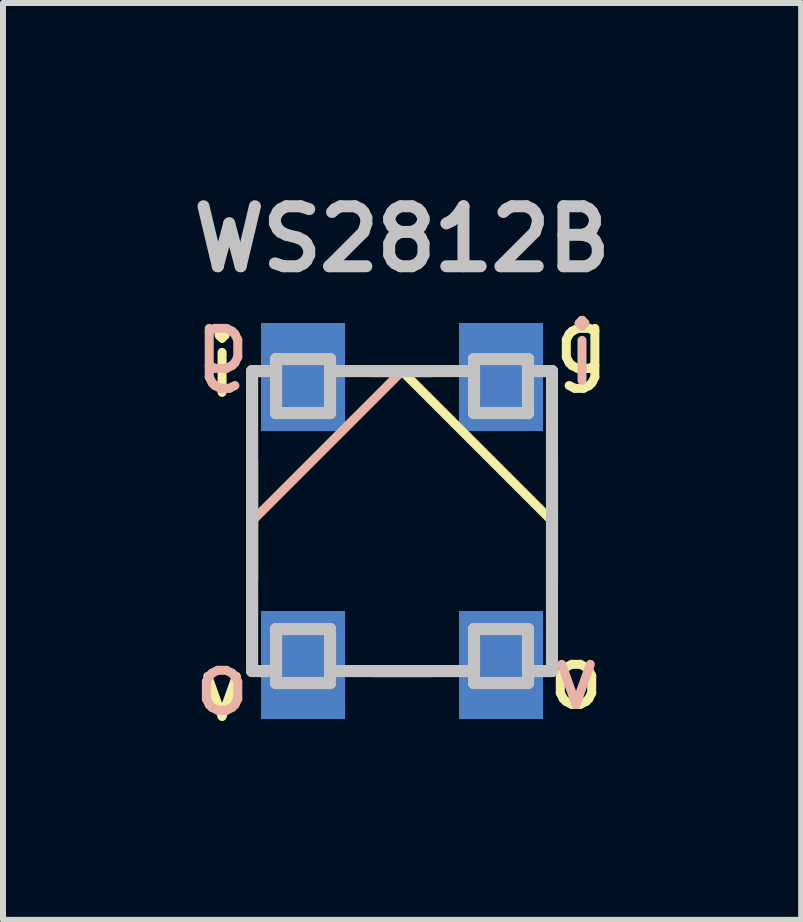
<source format=kicad_pcb>
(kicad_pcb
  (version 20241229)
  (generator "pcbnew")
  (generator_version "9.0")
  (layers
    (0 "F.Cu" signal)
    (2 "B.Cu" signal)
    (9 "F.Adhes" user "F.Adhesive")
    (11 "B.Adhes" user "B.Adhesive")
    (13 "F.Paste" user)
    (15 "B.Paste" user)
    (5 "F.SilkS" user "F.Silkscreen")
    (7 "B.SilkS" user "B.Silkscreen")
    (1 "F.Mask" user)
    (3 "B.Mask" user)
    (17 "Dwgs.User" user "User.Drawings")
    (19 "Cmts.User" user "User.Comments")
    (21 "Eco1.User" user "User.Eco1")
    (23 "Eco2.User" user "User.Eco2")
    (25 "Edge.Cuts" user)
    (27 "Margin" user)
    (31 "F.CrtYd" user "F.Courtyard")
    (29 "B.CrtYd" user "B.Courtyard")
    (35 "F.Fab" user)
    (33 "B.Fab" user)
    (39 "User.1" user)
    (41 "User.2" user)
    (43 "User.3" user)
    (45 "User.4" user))
  (footprint "WS2812B"
    (layer "F.Cu")
    (at 3.652 5.636)
    (property "Reference" "WS2812B" (at 0 -4.7 0) (layer "Dwgs.User") (effects (font (size 1 1) (thickness 0.2))))
    (attr through_hole)
    (fp_line (start -2.5 -1) (end -2.5 1) (stroke (width 0.2) (type solid)) (layer "F.SilkS"))
    (fp_line (start -2.5 -1) (end -2.5 1) (stroke (width 0.2) (type solid)) (layer "F.SilkS"))
    (fp_line (start -0.5 -2.5) (end 0.5 -2.5) (stroke (width 0.2) (type solid)) (layer "F.SilkS"))
    (fp_line (start -0.5 2.5) (end 0.5 2.5) (stroke (width 0.2) (type solid)) (layer "F.SilkS"))
    (fp_line (start 0 -2.5) (end 2.5 0) (stroke (width 0.15) (type solid)) (layer "F.SilkS"))
    (fp_line (start 0.5 -2.5) (end -0.5 -2.5) (stroke (width 0.2) (type solid)) (layer "F.SilkS"))
    (fp_line (start 0.5 2.5) (end -0.5 2.5) (stroke (width 0.2) (type solid)) (layer "F.SilkS"))
    (fp_line (start 2.5 -1) (end 2.5 1) (stroke (width 0.2) (type solid)) (layer "F.SilkS"))
    (fp_line (start 2.5 -1) (end 2.5 1) (stroke (width 0.2) (type solid)) (layer "F.SilkS"))
    (fp_line (start -2.5 -1) (end -2.5 1) (stroke (width 0.15) (type solid)) (layer "B.SilkS"))
    (fp_line (start -0.5 -2.5) (end 0.5 -2.5) (stroke (width 0.15) (type solid)) (layer "B.SilkS"))
    (fp_line (start -0.5 2.5) (end 0.5 2.5) (stroke (width 0.15) (type solid)) (layer "B.SilkS"))
    (fp_line (start 0 -2.5) (end -2.5 0) (stroke (width 0.15) (type solid)) (layer "B.SilkS"))
    (fp_line (start 2.5 -1) (end 2.5 1) (stroke (width 0.15) (type solid)) (layer "B.SilkS"))
    (fp_line (start -2.5 -2.5) (end -2.5 2.5) (stroke (width 0.2) (type solid)) (layer "Dwgs.User"))
    (fp_line (start -2.5 -2.5) (end -2.1 -2.5) (stroke (width 0.2) (type solid)) (layer "Dwgs.User"))
    (fp_line (start -2.5 2.5) (end -2.1 2.5) (stroke (width 0.2) (type solid)) (layer "Dwgs.User"))
    (fp_line (start -2.499 2.499) (end -2.499 -2.499) (stroke (width 0.2) (type solid)) (layer "Dwgs.User"))
    (fp_line (start -2.1 -2.7) (end -1.2 -2.7) (stroke (width 0.2) (type solid)) (layer "Dwgs.User"))
    (fp_line (start -2.1 -2.7) (end -1.2 -2.7) (stroke (width 0.2) (type solid)) (layer "Dwgs.User"))
    (fp_line (start -2.1 -2.5) (end -2.5 -2.5) (stroke (width 0.2) (type solid)) (layer "Dwgs.User"))
    (fp_line (start -2.1 -1.8) (end -2.1 -2.7) (stroke (width 0.2) (type solid)) (layer "Dwgs.User"))
    (fp_line (start -2.1 -1.8) (end -2.1 -2.7) (stroke (width 0.2) (type solid)) (layer "Dwgs.User"))
    (fp_line (start -2.1 1.8) (end -2.1 2.7) (stroke (width 0.2) (type solid)) (layer "Dwgs.User"))
    (fp_line (start -2.1 1.8) (end -1.2 1.8) (stroke (width 0.2) (type solid)) (layer "Dwgs.User"))
    (fp_line (start -2.1 2.5) (end -2.5 2.5) (stroke (width 0.2) (type solid)) (layer "Dwgs.User"))
    (fp_line (start -2.1 2.7) (end -2.1 1.8) (stroke (width 0.2) (type solid)) (layer "Dwgs.User"))
    (fp_line (start -2.1 2.7) (end -1.2 2.7) (stroke (width 0.2) (type solid)) (layer "Dwgs.User"))
    (fp_line (start -1.2 -2.7) (end -1.2 -1.8) (stroke (width 0.2) (type solid)) (layer "Dwgs.User"))
    (fp_line (start -1.2 -2.7) (end -1.2 -1.8) (stroke (width 0.2) (type solid)) (layer "Dwgs.User"))
    (fp_line (start -1.2 -2.5) (end 1.2 -2.5) (stroke (width 0.2) (type solid)) (layer "Dwgs.User"))
    (fp_line (start -1.2 -1.8) (end -2.1 -1.8) (stroke (width 0.2) (type solid)) (layer "Dwgs.User"))
    (fp_line (start -1.2 -1.8) (end -2.1 -1.8) (stroke (width 0.2) (type solid)) (layer "Dwgs.User"))
    (fp_line (start -1.2 1.8) (end -2.1 1.8) (stroke (width 0.2) (type solid)) (layer "Dwgs.User"))
    (fp_line (start -1.2 1.8) (end -1.2 2.7) (stroke (width 0.2) (type solid)) (layer "Dwgs.User"))
    (fp_line (start -1.2 2.5) (end 1.2 2.5) (stroke (width 0.2) (type solid)) (layer "Dwgs.User"))
    (fp_line (start -1.2 2.7) (end -2.1 2.7) (stroke (width 0.2) (type solid)) (layer "Dwgs.User"))
    (fp_line (start -1.2 2.7) (end -1.2 1.8) (stroke (width 0.2) (type solid)) (layer "Dwgs.User"))
    (fp_line (start 1.2 -2.7) (end 1.2 -1.8) (stroke (width 0.2) (type solid)) (layer "Dwgs.User"))
    (fp_line (start 1.2 -2.7) (end 1.2 -1.8) (stroke (width 0.2) (type solid)) (layer "Dwgs.User"))
    (fp_line (start 1.2 -2.5) (end -1.2 -2.5) (stroke (width 0.2) (type solid)) (layer "Dwgs.User"))
    (fp_line (start 1.2 -1.8) (end 2.1 -1.8) (stroke (width 0.2) (type solid)) (layer "Dwgs.User"))
    (fp_line (start 1.2 -1.8) (end 2.1 -1.8) (stroke (width 0.2) (type solid)) (layer "Dwgs.User"))
    (fp_line (start 1.2 1.8) (end 1.2 2.7) (stroke (width 0.2) (type solid)) (layer "Dwgs.User"))
    (fp_line (start 1.2 1.8) (end 2.1 1.8) (stroke (width 0.2) (type solid)) (layer "Dwgs.User"))
    (fp_line (start 1.2 2.5) (end -1.2 2.5) (stroke (width 0.2) (type solid)) (layer "Dwgs.User"))
    (fp_line (start 1.2 2.7) (end 1.2 1.8) (stroke (width 0.2) (type solid)) (layer "Dwgs.User"))
    (fp_line (start 1.2 2.7) (end 2.1 2.7) (stroke (width 0.2) (type solid)) (layer "Dwgs.User"))
    (fp_line (start 2.1 -2.7) (end 1.2 -2.7) (stroke (width 0.2) (type solid)) (layer "Dwgs.User"))
    (fp_line (start 2.1 -2.7) (end 1.2 -2.7) (stroke (width 0.2) (type solid)) (layer "Dwgs.User"))
    (fp_line (start 2.1 -2.5) (end 2.5 -2.5) (stroke (width 0.2) (type solid)) (layer "Dwgs.User"))
    (fp_line (start 2.1 -1.8) (end 2.1 -2.7) (stroke (width 0.2) (type solid)) (layer "Dwgs.User"))
    (fp_line (start 2.1 -1.8) (end 2.1 -2.7) (stroke (width 0.2) (type solid)) (layer "Dwgs.User"))
    (fp_line (start 2.1 1.8) (end 1.2 1.8) (stroke (width 0.2) (type solid)) (layer "Dwgs.User"))
    (fp_line (start 2.1 1.8) (end 2.1 2.7) (stroke (width 0.2) (type solid)) (layer "Dwgs.User"))
    (fp_line (start 2.1 2.5) (end 2.5 2.5) (stroke (width 0.2) (type solid)) (layer "Dwgs.User"))
    (fp_line (start 2.1 2.7) (end 1.2 2.7) (stroke (width 0.2) (type solid)) (layer "Dwgs.User"))
    (fp_line (start 2.1 2.7) (end 2.1 1.8) (stroke (width 0.2) (type solid)) (layer "Dwgs.User"))
    (fp_line (start 2.499 2.499) (end 2.499 -2.499) (stroke (width 0.2) (type solid)) (layer "Dwgs.User"))
    (fp_line (start 2.5 -2.5) (end 2.1 -2.5) (stroke (width 0.2) (type solid)) (layer "Dwgs.User"))
    (fp_line (start 2.5 -2.5) (end 2.5 2.5) (stroke (width 0.2) (type solid)) (layer "Dwgs.User"))
    (fp_line (start 2.5 2.5) (end 2.1 2.5) (stroke (width 0.2) (type solid)) (layer "Dwgs.User"))
    (fp_text user "o" (at 2.9 2.6 0) (layer "F.SilkS") (effects (font (size 1 1) (thickness 0.15))))
    (fp_text user "i" (at -3 -2.6 0) (layer "F.SilkS") (effects (font (size 1 1) (thickness 0.15))))
    (fp_text user "g" (at 3 -3 0) (layer "F.SilkS") (effects (font (size 1 1) (thickness 0.15))))
    (fp_text user "v" (at -3 2.8 0) (layer "F.SilkS") (effects (font (size 1 1) (thickness 0.15))))
    (fp_text user "g" (at -3 -3 0) (layer "B.SilkS") (effects (font (size 1 1) (thickness 0.15)) (justify mirror)))
    (fp_text user "v" (at 2.9 2.6 0) (layer "B.SilkS") (effects (font (size 1 1) (thickness 0.15)) (justify mirror)))
    (fp_text user "i" (at 3 -2.8 0) (layer "B.SilkS") (effects (font (size 1 1) (thickness 0.15)) (justify mirror)))
    (fp_text user "o" (at -3 2.7 0) (layer "B.SilkS") (effects (font (size 1 1) (thickness 0.15)) (justify mirror)))
    (pad "1" smd rect (at -1.65 -2.4) (size 1.4 1.8) (layers "B.Cu" "B.Mask" "B.Paste"))
    (pad "1" smd rect (at 1.65 -2.4) (size 1.4 1.8) (layers "F.Cu" "F.Mask" "F.Paste"))
    (pad "2" smd rect (at -1.65 -2.4) (size 1.4 1.8) (layers "F.Cu" "F.Mask" "F.Paste"))
    (pad "2" smd rect (at 1.65 -2.4) (size 1.4 1.8) (layers "B.Cu" "B.Mask" "B.Paste"))
    (pad "3" smd rect (at -1.65 2.4) (size 1.4 1.8) (layers "F.Cu" "F.Mask" "F.Paste"))
    (pad "3" smd rect (at 1.65 2.4) (size 1.4 1.8) (layers "B.Cu" "B.Mask" "B.Paste"))
    (pad "4" smd rect (at -1.65 2.4) (size 1.4 1.8) (layers "B.Cu" "B.Mask" "B.Paste"))
    (pad "4" smd rect (at 1.65 2.4) (size 1.4 1.8) (layers "F.Cu" "F.Mask" "F.Paste")))
  (gr_rect
    (start -3 -3)
    (end 10.305 12.284)
    (stroke (width 0.1) (type default))
    (fill no)
    (layer "Edge.Cuts")))
</source>
